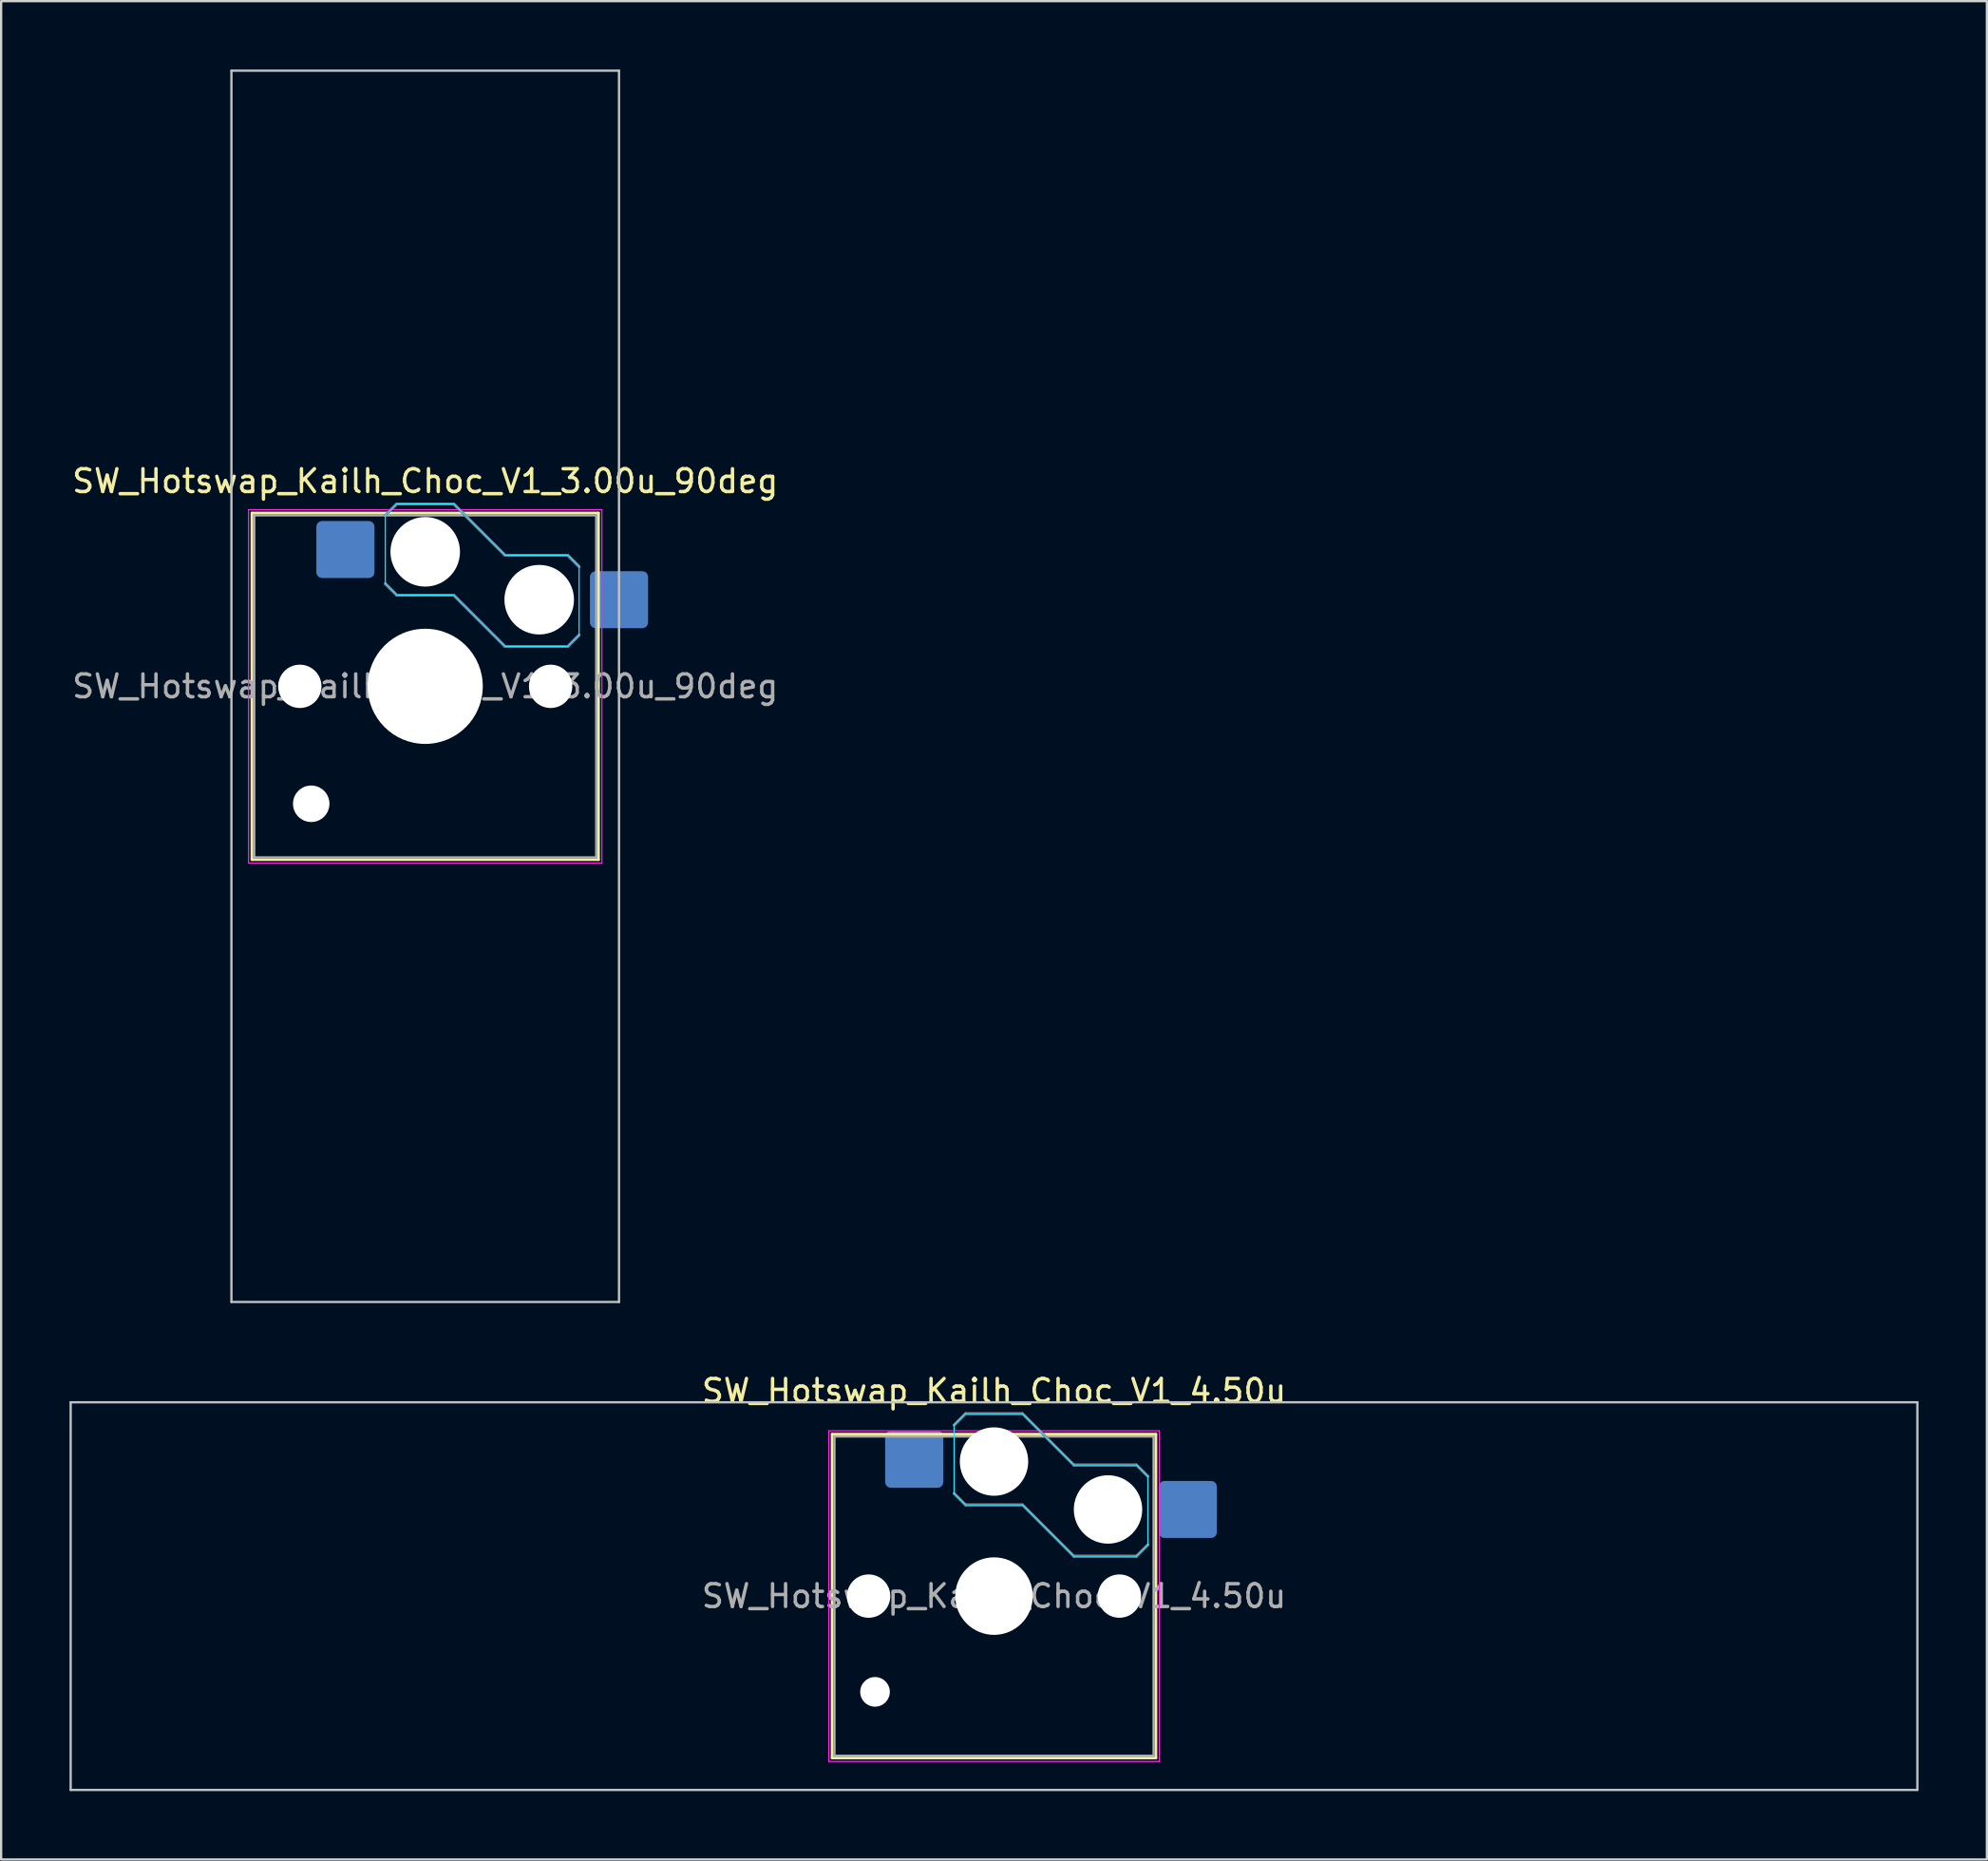
<source format=kicad_pcb>
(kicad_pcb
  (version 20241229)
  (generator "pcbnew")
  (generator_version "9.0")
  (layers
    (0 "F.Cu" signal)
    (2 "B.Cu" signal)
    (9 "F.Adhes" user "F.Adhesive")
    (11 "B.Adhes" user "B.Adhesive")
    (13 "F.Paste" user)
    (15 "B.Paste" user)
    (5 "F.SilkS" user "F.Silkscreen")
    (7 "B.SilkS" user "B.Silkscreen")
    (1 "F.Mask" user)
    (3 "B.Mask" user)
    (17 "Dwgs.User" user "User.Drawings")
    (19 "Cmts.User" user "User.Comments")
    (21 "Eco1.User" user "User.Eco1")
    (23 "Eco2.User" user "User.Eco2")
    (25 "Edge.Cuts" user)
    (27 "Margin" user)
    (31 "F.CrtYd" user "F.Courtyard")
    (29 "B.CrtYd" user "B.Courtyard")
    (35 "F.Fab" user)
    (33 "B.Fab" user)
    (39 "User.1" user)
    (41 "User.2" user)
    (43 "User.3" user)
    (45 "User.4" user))
  (footprint "SW_Hotswap_Kailh_Choc_V1_4.50u"
    (layer "F.Cu")
    (at 40.55 66.948)
    (property "Reference" "SW_Hotswap_Kailh_Choc_V1_4.50u" (at 0 -9 0) (layer "F.SilkS") (effects (font (size 1 1) (thickness 0.15))))
    (attr smd)
    (fp_line (start -7.1 -7.1) (end -7.1 7.1) (stroke (width 0.12) (type solid)) (layer "F.SilkS"))
    (fp_line (start -7.1 7.1) (end 7.1 7.1) (stroke (width 0.12) (type solid)) (layer "F.SilkS"))
    (fp_line (start 7.1 -7.1) (end -7.1 -7.1) (stroke (width 0.12) (type solid)) (layer "F.SilkS"))
    (fp_line (start 7.1 7.1) (end 7.1 -7.1) (stroke (width 0.12) (type solid)) (layer "F.SilkS"))
    (fp_line (start -1.75 -7.5) (end -1.25 -8) (stroke (width 0.12) (type solid)) (layer "B.SilkS"))
    (fp_line (start -1.25 -8) (end 1.25 -8) (stroke (width 0.12) (type solid)) (layer "B.SilkS"))
    (fp_line (start -1.25 -4) (end -1.75 -4.5) (stroke (width 0.12) (type solid)) (layer "B.SilkS"))
    (fp_line (start 1.25 -8) (end 3.5 -5.75) (stroke (width 0.12) (type solid)) (layer "B.SilkS"))
    (fp_line (start 1.25 -4) (end -1.25 -4) (stroke (width 0.12) (type solid)) (layer "B.SilkS"))
    (fp_line (start 3.5 -5.75) (end 6.25 -5.75) (stroke (width 0.12) (type solid)) (layer "B.SilkS"))
    (fp_line (start 3.5 -1.75) (end 1.25 -4) (stroke (width 0.12) (type solid)) (layer "B.SilkS"))
    (fp_line (start 6.25 -5.75) (end 6.75 -5.25) (stroke (width 0.12) (type solid)) (layer "B.SilkS"))
    (fp_line (start 6.25 -1.75) (end 3.5 -1.75) (stroke (width 0.12) (type solid)) (layer "B.SilkS"))
    (fp_line (start 6.75 -2.25) (end 6.25 -1.75) (stroke (width 0.12) (type solid)) (layer "B.SilkS"))
    (fp_line (start -40.5 -8.5) (end -40.5 8.5) (stroke (width 0.1) (type solid)) (layer "Dwgs.User"))
    (fp_line (start -40.5 8.5) (end 40.5 8.5) (stroke (width 0.1) (type solid)) (layer "Dwgs.User"))
    (fp_line (start 40.5 -8.5) (end -40.5 -8.5) (stroke (width 0.1) (type solid)) (layer "Dwgs.User"))
    (fp_line (start 40.5 8.5) (end 40.5 -8.5) (stroke (width 0.1) (type solid)) (layer "Dwgs.User"))
    (fp_line (start -1.75 -7.5) (end -1.25 -8) (stroke (width 0.05) (type solid)) (layer "B.CrtYd"))
    (fp_line (start -1.75 -4.5) (end -1.75 -7.5) (stroke (width 0.05) (type solid)) (layer "B.CrtYd"))
    (fp_line (start -1.25 -8) (end 1.25 -8) (stroke (width 0.05) (type solid)) (layer "B.CrtYd"))
    (fp_line (start -1.25 -4) (end -1.75 -4.5) (stroke (width 0.05) (type solid)) (layer "B.CrtYd"))
    (fp_line (start 1.25 -8) (end 3.5 -5.75) (stroke (width 0.05) (type solid)) (layer "B.CrtYd"))
    (fp_line (start 1.25 -4) (end -1.25 -4) (stroke (width 0.05) (type solid)) (layer "B.CrtYd"))
    (fp_line (start 3.5 -5.75) (end 6.25 -5.75) (stroke (width 0.05) (type solid)) (layer "B.CrtYd"))
    (fp_line (start 3.5 -1.75) (end 1.25 -4) (stroke (width 0.05) (type solid)) (layer "B.CrtYd"))
    (fp_line (start 6.25 -5.75) (end 6.75 -5.25) (stroke (width 0.05) (type solid)) (layer "B.CrtYd"))
    (fp_line (start 6.25 -1.75) (end 3.5 -1.75) (stroke (width 0.05) (type solid)) (layer "B.CrtYd"))
    (fp_line (start 6.75 -5.25) (end 6.75 -2.25) (stroke (width 0.05) (type solid)) (layer "B.CrtYd"))
    (fp_line (start 6.75 -2.25) (end 6.25 -1.75) (stroke (width 0.05) (type solid)) (layer "B.CrtYd"))
    (fp_line (start -7.25 -7.25) (end -7.25 7.25) (stroke (width 0.05) (type solid)) (layer "F.CrtYd"))
    (fp_line (start -7.25 7.25) (end 7.25 7.25) (stroke (width 0.05) (type solid)) (layer "F.CrtYd"))
    (fp_line (start 7.25 -7.25) (end -7.25 -7.25) (stroke (width 0.05) (type solid)) (layer "F.CrtYd"))
    (fp_line (start 7.25 7.25) (end 7.25 -7.25) (stroke (width 0.05) (type solid)) (layer "F.CrtYd"))
    (fp_line (start -1.75 -7.5) (end -1.25 -8) (stroke (width 0.1) (type solid)) (layer "B.Fab"))
    (fp_line (start -1.25 -8) (end 1.25 -8) (stroke (width 0.1) (type solid)) (layer "B.Fab"))
    (fp_line (start -1.25 -4) (end -1.75 -4.5) (stroke (width 0.1) (type solid)) (layer "B.Fab"))
    (fp_line (start 1.25 -8) (end 3.5 -5.75) (stroke (width 0.1) (type solid)) (layer "B.Fab"))
    (fp_line (start 1.25 -4) (end -1.25 -4) (stroke (width 0.1) (type solid)) (layer "B.Fab"))
    (fp_line (start 3.5 -5.75) (end 6.25 -5.75) (stroke (width 0.1) (type solid)) (layer "B.Fab"))
    (fp_line (start 3.5 -1.75) (end 1.25 -4) (stroke (width 0.1) (type solid)) (layer "B.Fab"))
    (fp_line (start 6.25 -5.75) (end 6.75 -5.25) (stroke (width 0.1) (type solid)) (layer "B.Fab"))
    (fp_line (start 6.25 -1.75) (end 3.5 -1.75) (stroke (width 0.1) (type solid)) (layer "B.Fab"))
    (fp_line (start 6.75 -2.25) (end 6.25 -1.75) (stroke (width 0.1) (type solid)) (layer "B.Fab"))
    (fp_line (start -7 -7) (end -7 7) (stroke (width 0.1) (type solid)) (layer "F.Fab"))
    (fp_line (start -7 7) (end 7 7) (stroke (width 0.1) (type solid)) (layer "F.Fab"))
    (fp_line (start 7 -7) (end -7 -7) (stroke (width 0.1) (type solid)) (layer "F.Fab"))
    (fp_line (start 7 7) (end 7 -7) (stroke (width 0.1) (type solid)) (layer "F.Fab"))
    (fp_text user "${REFERENCE}" (at 0 0 0) (layer "F.Fab") (effects (font (size 1 1) (thickness 0.15))))
    (pad "" np_thru_hole circle (at -5.5 0) (size 1.9 1.9) (drill 1.9) (layers "*.Cu" "*.Mask"))
    (pad "" np_thru_hole circle (at -5.22 4.2) (size 1.3 1.3) (drill 1.3) (layers "*.Cu" "*.Mask"))
    (pad "" np_thru_hole circle (at 0 -5.9) (size 3 3) (drill 3) (layers "*.Cu" "*.Mask"))
    (pad "" np_thru_hole circle (at 0 0) (size 3.4 3.4) (drill 3.4) (layers "*.Cu" "*.Mask"))
    (pad "" np_thru_hole circle (at 5 -3.8) (size 3 3) (drill 3) (layers "*.Cu" "*.Mask"))
    (pad "" np_thru_hole circle (at 5.5 0) (size 1.9 1.9) (drill 1.9) (layers "*.Cu" "*.Mask"))
    (pad "1" smd roundrect (at -3.5 -6) (size 2.55 2.5) (layers "B.Cu" "B.Mask" "B.Paste") (roundrect_rratio 0.1))
    (pad "2" smd roundrect (at 8.5 -3.8) (size 2.55 2.5) (layers "B.Cu" "B.Mask" "B.Paste") (roundrect_rratio 0.1)))
  (footprint "SW_Hotswap_Kailh_Choc_V1_3.00u_90deg"
    (layer "F.Cu")
    (at 15.601 27.05)
    (property "Reference" "SW_Hotswap_Kailh_Choc_V1_3.00u_90deg" (at 0 -9 0) (layer "F.SilkS") (effects (font (size 1 1) (thickness 0.15))))
    (attr smd)
    (fp_line (start -7.6 -7.6) (end -7.6 7.6) (stroke (width 0.12) (type solid)) (layer "F.SilkS"))
    (fp_line (start -7.6 7.6) (end 7.6 7.6) (stroke (width 0.12) (type solid)) (layer "F.SilkS"))
    (fp_line (start 7.6 -7.6) (end -7.6 -7.6) (stroke (width 0.12) (type solid)) (layer "F.SilkS"))
    (fp_line (start 7.6 7.6) (end 7.6 -7.6) (stroke (width 0.12) (type solid)) (layer "F.SilkS"))
    (fp_line (start -1.75 -7.5) (end -1.25 -8) (stroke (width 0.12) (type solid)) (layer "B.SilkS"))
    (fp_line (start -1.25 -8) (end 1.25 -8) (stroke (width 0.12) (type solid)) (layer "B.SilkS"))
    (fp_line (start -1.25 -4) (end -1.75 -4.5) (stroke (width 0.12) (type solid)) (layer "B.SilkS"))
    (fp_line (start 1.25 -8) (end 3.5 -5.75) (stroke (width 0.12) (type solid)) (layer "B.SilkS"))
    (fp_line (start 1.25 -4) (end -1.25 -4) (stroke (width 0.12) (type solid)) (layer "B.SilkS"))
    (fp_line (start 3.5 -5.75) (end 6.25 -5.75) (stroke (width 0.12) (type solid)) (layer "B.SilkS"))
    (fp_line (start 3.5 -1.75) (end 1.25 -4) (stroke (width 0.12) (type solid)) (layer "B.SilkS"))
    (fp_line (start 6.25 -5.75) (end 6.75 -5.25) (stroke (width 0.12) (type solid)) (layer "B.SilkS"))
    (fp_line (start 6.25 -1.75) (end 3.5 -1.75) (stroke (width 0.12) (type solid)) (layer "B.SilkS"))
    (fp_line (start 6.75 -2.25) (end 6.25 -1.75) (stroke (width 0.12) (type solid)) (layer "B.SilkS"))
    (fp_line (start -8.5 -27) (end 8.5 -27) (stroke (width 0.1) (type solid)) (layer "Dwgs.User"))
    (fp_line (start -8.5 27) (end -8.5 -27) (stroke (width 0.1) (type solid)) (layer "Dwgs.User"))
    (fp_line (start 8.5 -27) (end 8.5 27) (stroke (width 0.1) (type solid)) (layer "Dwgs.User"))
    (fp_line (start 8.5 27) (end -8.5 27) (stroke (width 0.1) (type solid)) (layer "Dwgs.User"))
    (fp_line (start -7.25 -7.25) (end -7.25 7.25) (stroke (width 0.1) (type solid)) (layer "Eco1.User"))
    (fp_line (start -7.25 7.25) (end 7.25 7.25) (stroke (width 0.1) (type solid)) (layer "Eco1.User"))
    (fp_line (start 7.25 -7.25) (end -7.25 -7.25) (stroke (width 0.1) (type solid)) (layer "Eco1.User"))
    (fp_line (start 7.25 7.25) (end 7.25 -7.25) (stroke (width 0.1) (type solid)) (layer "Eco1.User"))
    (fp_line (start -1.75 -7.5) (end -1.25 -8) (stroke (width 0.05) (type solid)) (layer "B.CrtYd"))
    (fp_line (start -1.75 -4.5) (end -1.75 -7.5) (stroke (width 0.05) (type solid)) (layer "B.CrtYd"))
    (fp_line (start -1.25 -8) (end 1.25 -8) (stroke (width 0.05) (type solid)) (layer "B.CrtYd"))
    (fp_line (start -1.25 -4) (end -1.75 -4.5) (stroke (width 0.05) (type solid)) (layer "B.CrtYd"))
    (fp_line (start 1.25 -8) (end 3.5 -5.75) (stroke (width 0.05) (type solid)) (layer "B.CrtYd"))
    (fp_line (start 1.25 -4) (end -1.25 -4) (stroke (width 0.05) (type solid)) (layer "B.CrtYd"))
    (fp_line (start 3.5 -5.75) (end 6.25 -5.75) (stroke (width 0.05) (type solid)) (layer "B.CrtYd"))
    (fp_line (start 3.5 -1.75) (end 1.25 -4) (stroke (width 0.05) (type solid)) (layer "B.CrtYd"))
    (fp_line (start 6.25 -5.75) (end 6.75 -5.25) (stroke (width 0.05) (type solid)) (layer "B.CrtYd"))
    (fp_line (start 6.25 -1.75) (end 3.5 -1.75) (stroke (width 0.05) (type solid)) (layer "B.CrtYd"))
    (fp_line (start 6.75 -5.25) (end 6.75 -2.25) (stroke (width 0.05) (type solid)) (layer "B.CrtYd"))
    (fp_line (start 6.75 -2.25) (end 6.25 -1.75) (stroke (width 0.05) (type solid)) (layer "B.CrtYd"))
    (fp_line (start -7.75 -7.75) (end -7.75 7.75) (stroke (width 0.05) (type solid)) (layer "F.CrtYd"))
    (fp_line (start -7.75 7.75) (end 7.75 7.75) (stroke (width 0.05) (type solid)) (layer "F.CrtYd"))
    (fp_line (start 7.75 -7.75) (end -7.75 -7.75) (stroke (width 0.05) (type solid)) (layer "F.CrtYd"))
    (fp_line (start 7.75 7.75) (end 7.75 -7.75) (stroke (width 0.05) (type solid)) (layer "F.CrtYd"))
    (fp_line (start -1.75 -7.5) (end -1.25 -8) (stroke (width 0.1) (type solid)) (layer "B.Fab"))
    (fp_line (start -1.25 -8) (end 1.25 -8) (stroke (width 0.1) (type solid)) (layer "B.Fab"))
    (fp_line (start -1.25 -4) (end -1.75 -4.5) (stroke (width 0.1) (type solid)) (layer "B.Fab"))
    (fp_line (start 1.25 -8) (end 3.5 -5.75) (stroke (width 0.1) (type solid)) (layer "B.Fab"))
    (fp_line (start 1.25 -4) (end -1.25 -4) (stroke (width 0.1) (type solid)) (layer "B.Fab"))
    (fp_line (start 3.5 -5.75) (end 6.25 -5.75) (stroke (width 0.1) (type solid)) (layer "B.Fab"))
    (fp_line (start 3.5 -1.75) (end 1.25 -4) (stroke (width 0.1) (type solid)) (layer "B.Fab"))
    (fp_line (start 6.25 -5.75) (end 6.75 -5.25) (stroke (width 0.1) (type solid)) (layer "B.Fab"))
    (fp_line (start 6.25 -1.75) (end 3.5 -1.75) (stroke (width 0.1) (type solid)) (layer "B.Fab"))
    (fp_line (start 6.75 -2.25) (end 6.25 -1.75) (stroke (width 0.1) (type solid)) (layer "B.Fab"))
    (fp_line (start -7.5 -7.5) (end -7.5 7.5) (stroke (width 0.1) (type solid)) (layer "F.Fab"))
    (fp_line (start -7.5 7.5) (end 7.5 7.5) (stroke (width 0.1) (type solid)) (layer "F.Fab"))
    (fp_line (start 7.5 -7.5) (end -7.5 -7.5) (stroke (width 0.1) (type solid)) (layer "F.Fab"))
    (fp_line (start 7.5 7.5) (end 7.5 -7.5) (stroke (width 0.1) (type solid)) (layer "F.Fab"))
    (fp_text user "${REFERENCE}" (at 0 0 0) (layer "F.Fab") (effects (font (size 1 1) (thickness 0.15))))
    (pad "" np_thru_hole circle (at -5.5 0) (size 1.9 1.9) (drill 1.9) (layers "*.Cu" "*.Mask"))
    (pad "" np_thru_hole circle (at -5 5.15) (size 1.6 1.6) (drill 1.6) (layers "*.Cu" "*.Mask"))
    (pad "" np_thru_hole circle (at 0 -5.9) (size 3.05 3.05) (drill 3.05) (layers "*.Cu" "*.Mask"))
    (pad "" np_thru_hole circle (at 0 0) (size 5.05 5.05) (drill 5.05) (layers "*.Cu" "*.Mask"))
    (pad "" np_thru_hole circle (at 5 -3.8) (size 3.05 3.05) (drill 3.05) (layers "*.Cu" "*.Mask"))
    (pad "" np_thru_hole circle (at 5.5 0) (size 1.9 1.9) (drill 1.9) (layers "*.Cu" "*.Mask"))
    (pad "1" smd roundrect (at -3.5 -6) (size 2.55 2.5) (layers "B.Cu" "B.Mask" "B.Paste") (roundrect_rratio 0.1))
    (pad "2" smd roundrect (at 8.5 -3.8) (size 2.55 2.5) (layers "B.Cu" "B.Mask" "B.Paste") (roundrect_rratio 0.1)))
  (gr_rect
    (start -3 -3)
    (end 84.1 78.498)
    (stroke (width 0.1) (type default))
    (fill no)
    (layer "Edge.Cuts")))
</source>
